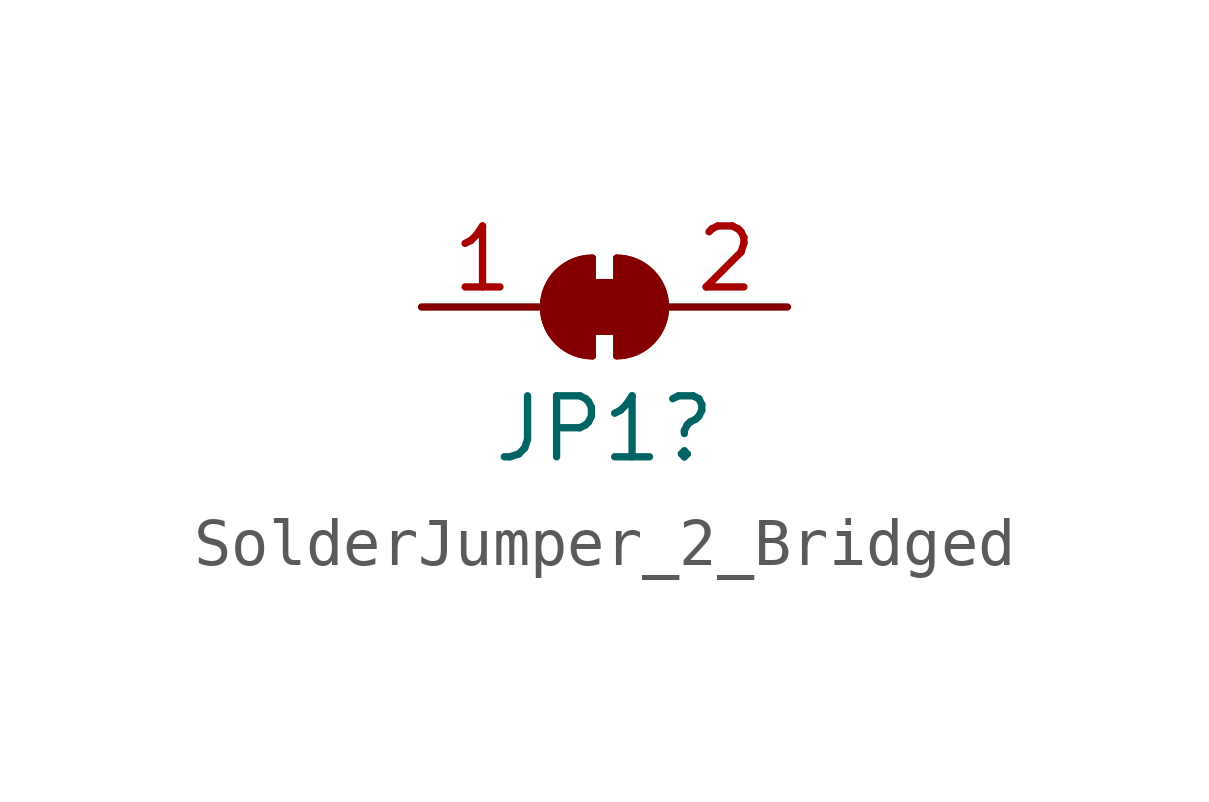
<source format=kicad_sym>
(kicad_symbol_lib
  (version 20211014)
  (generator kicad_symbol_editor)
  (symbol "SolderJumper_2_Bridged"
    (pin_names
      (offset 0) hide)
    (property "Reference" "JP1"
      (at 0 -2.54 0)
      (effects (font (size 1.27 1.27))))
    (symbol "SolderJumper_2_Bridged_0_1"
      (rectangle (start -0.508 0.508) (end 0.508 -0.508) (stroke (width 0) (type default) (color 0 0 0 0)) (fill (type outline)))
      (arc (start -0.254 1.016) (mid -1.27 0) (end -0.254 -1.016) (stroke (width 0) (type default) (color 0 0 0 0)) (fill (type none)))
      (arc (start -0.254 1.016) (mid -1.27 0) (end -0.254 -1.016) (stroke (width 0) (type default) (color 0 0 0 0)) (fill (type outline)))
      (polyline (pts (xy -0.254 1.016) (xy -0.254 -1.016)) (stroke (width 0) (type default) (color 0 0 0 0)) (fill (type none)))
      (polyline (pts (xy 0.254 1.016) (xy 0.254 -1.016)) (stroke (width 0) (type default) (color 0 0 0 0)) (fill (type none)))
      (arc (start 0.254 -1.016) (mid 1.27 0) (end 0.254 1.016) (stroke (width 0) (type default) (color 0 0 0 0)) (fill (type none)))
      (arc (start 0.254 -1.016) (mid 1.27 0) (end 0.254 1.016) (stroke (width 0) (type default) (color 0 0 0 0)) (fill (type outline))))
    (symbol "SolderJumper_2_Bridged_1_1"
      (pin passive line (at -3.81 0 0) (length 2.54) (name "A" (effects (font (size 1.27 1.27)))) (number "1" (effects (font (size 1.27 1.27)))))
      (pin passive line (at 3.81 0 180) (length 2.54) (name "B" (effects (font (size 1.27 1.27)))) (number "2" (effects (font (size 1.27 1.27))))))))
</source>
